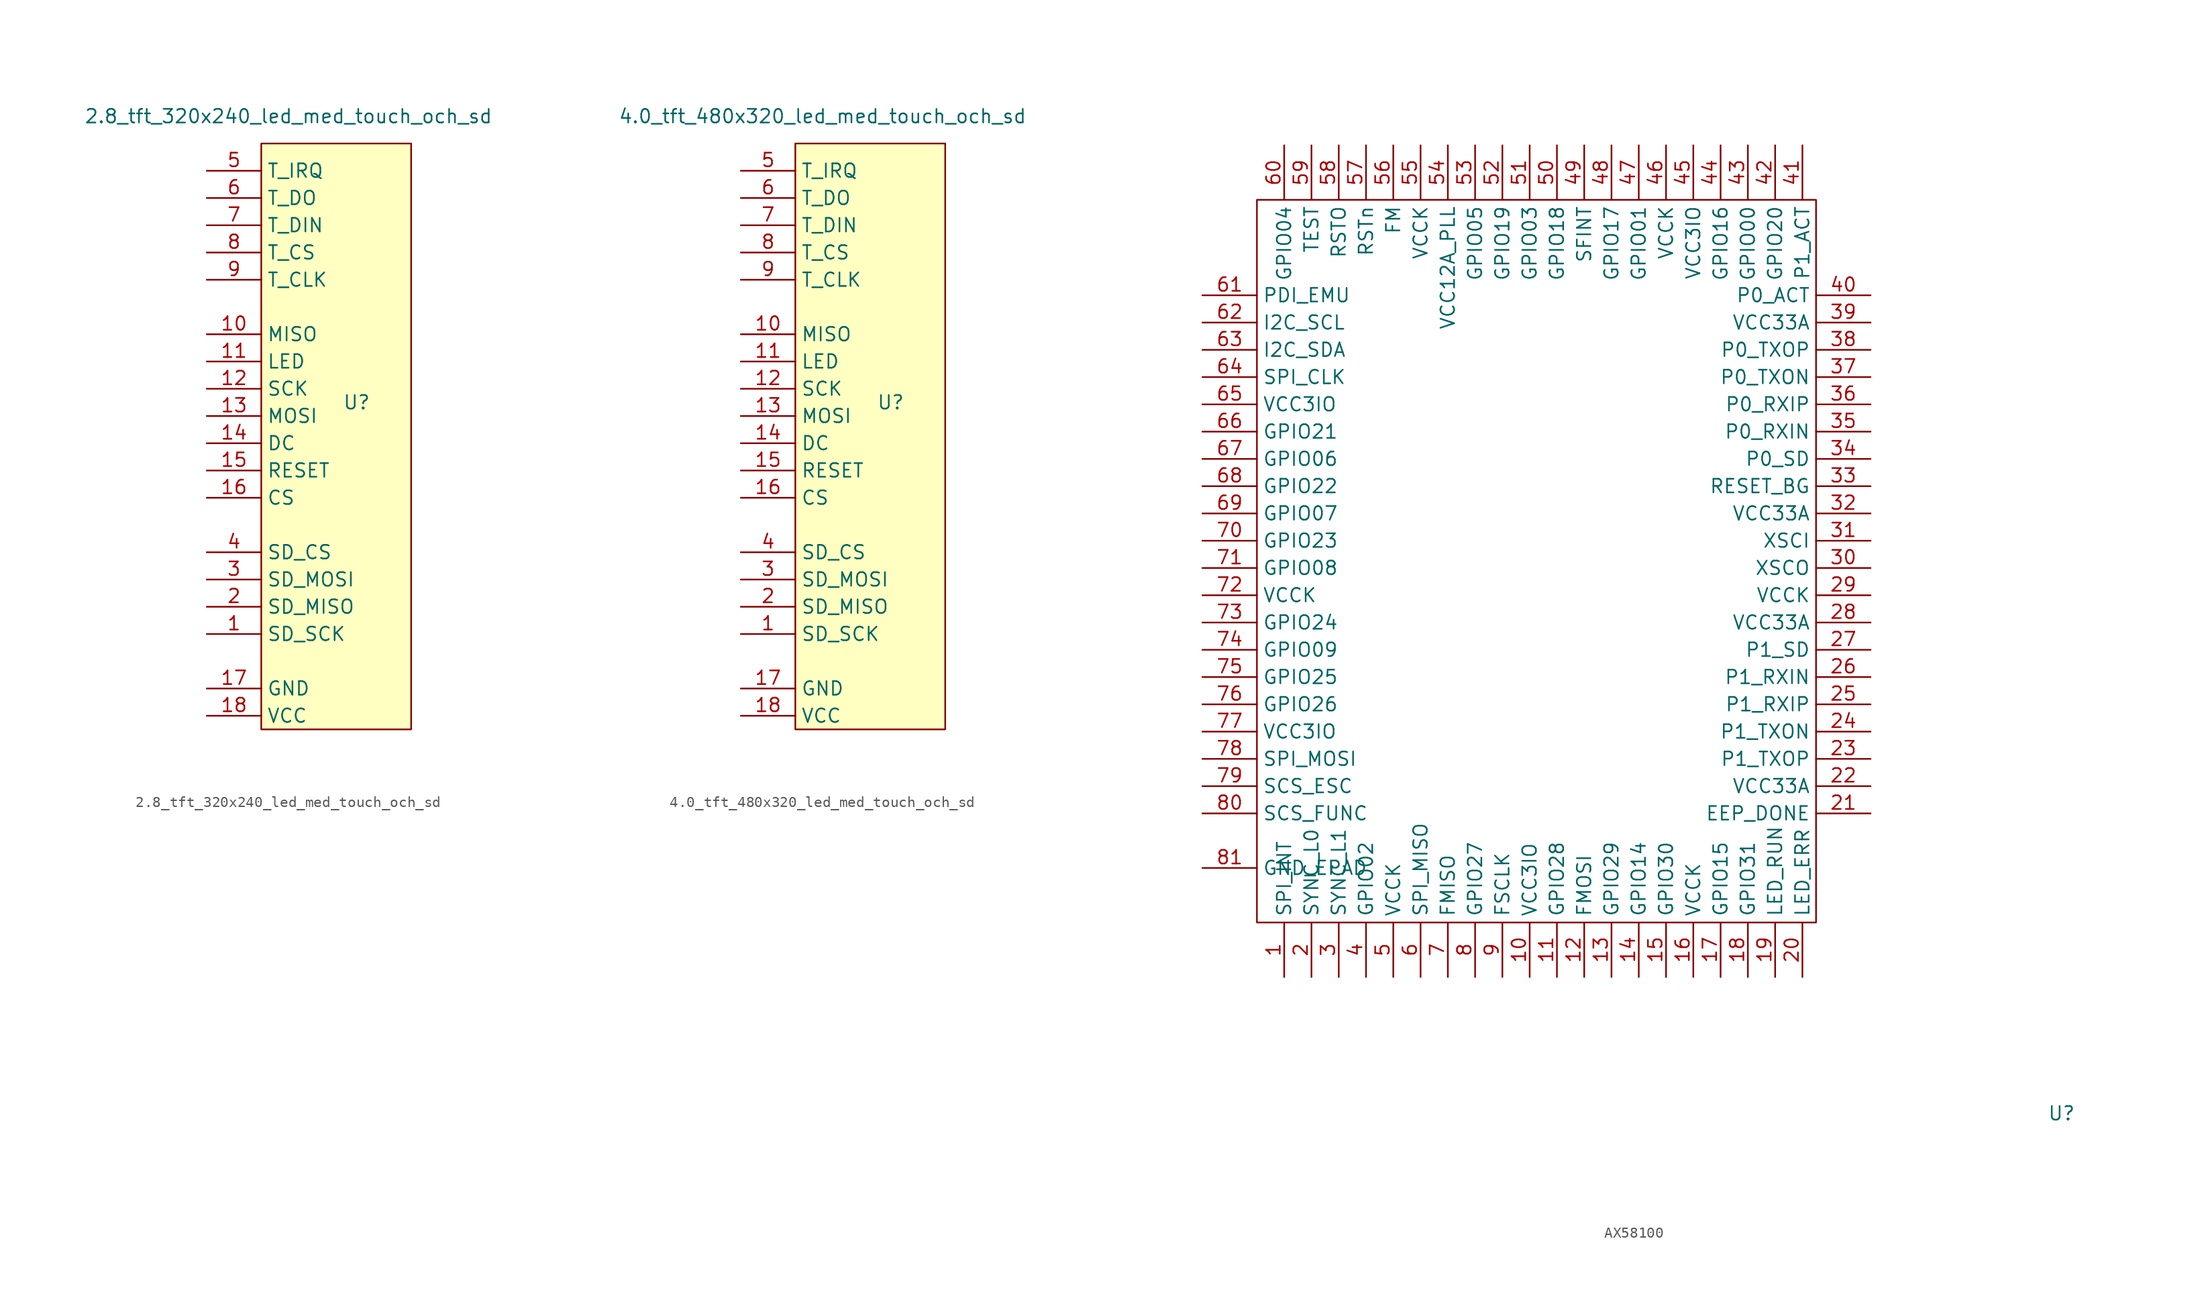
<source format=kicad_sym>
(kicad_symbol_lib
  (version 20231120)
  (generator "kicad_symbol_editor")
  (generator_version "8.0")
  (symbol "2.8_tft_320x240_led_med_touch_och_sd"
    (property "Reference" "U"
      (at 10.16 1.27 0)
      (effects (font (size 1.27 1.27))))
    (property "Value" "2.8_tft_320x240_led_med_touch_och_sd"
      (at 3.81 27.94 0)
      (effects (font (size 1.27 1.27))))
    (symbol "2.8_tft_320x240_led_med_touch_och_sd_0_1"
      (rectangle (start 1.27 25.4) (end 15.24 -29.21) (stroke (width 0) (type default)) (fill (type background))))
    (symbol "2.8_tft_320x240_led_med_touch_och_sd_1_1"
      (pin input line (at -3.81 -20.32 0) (length 5.08) (name "SD_SCK" (effects (font (size 1.27 1.27)))) (number "1" (effects (font (size 1.27 1.27)))))
      (pin input line (at -3.81 7.62 0) (length 5.08) (name "MISO" (effects (font (size 1.27 1.27)))) (number "10" (effects (font (size 1.27 1.27)))))
      (pin input line (at -3.81 5.08 0) (length 5.08) (name "LED" (effects (font (size 1.27 1.27)))) (number "11" (effects (font (size 1.27 1.27)))))
      (pin input line (at -3.81 2.54 0) (length 5.08) (name "SCK" (effects (font (size 1.27 1.27)))) (number "12" (effects (font (size 1.27 1.27)))))
      (pin output line (at -3.81 0 0) (length 5.08) (name "MOSI" (effects (font (size 1.27 1.27)))) (number "13" (effects (font (size 1.27 1.27)))))
      (pin input line (at -3.81 -2.54 0) (length 5.08) (name "DC" (effects (font (size 1.27 1.27)))) (number "14" (effects (font (size 1.27 1.27)))))
      (pin input line (at -3.81 -5.08 0) (length 5.08) (name "RESET" (effects (font (size 1.27 1.27)))) (number "15" (effects (font (size 1.27 1.27)))))
      (pin input line (at -3.81 -7.62 0) (length 5.08) (name "CS" (effects (font (size 1.27 1.27)))) (number "16" (effects (font (size 1.27 1.27)))))
      (pin input line (at -3.81 -25.4 0) (length 5.08) (name "GND" (effects (font (size 1.27 1.27)))) (number "17" (effects (font (size 1.27 1.27)))))
      (pin input line (at -3.81 -27.94 0) (length 5.08) (name "VCC" (effects (font (size 1.27 1.27)))) (number "18" (effects (font (size 1.27 1.27)))))
      (pin output line (at -3.81 -17.78 0) (length 5.08) (name "SD_MISO" (effects (font (size 1.27 1.27)))) (number "2" (effects (font (size 1.27 1.27)))))
      (pin input line (at -3.81 -15.24 0) (length 5.08) (name "SD_MOSI" (effects (font (size 1.27 1.27)))) (number "3" (effects (font (size 1.27 1.27)))))
      (pin input line (at -3.81 -12.7 0) (length 5.08) (name "SD_CS" (effects (font (size 1.27 1.27)))) (number "4" (effects (font (size 1.27 1.27)))))
      (pin input line (at -3.81 22.86 0) (length 5.08) (name "T_IRQ" (effects (font (size 1.27 1.27)))) (number "5" (effects (font (size 1.27 1.27)))))
      (pin output line (at -3.81 20.32 0) (length 5.08) (name "T_DO" (effects (font (size 1.27 1.27)))) (number "6" (effects (font (size 1.27 1.27)))))
      (pin input line (at -3.81 17.78 0) (length 5.08) (name "T_DIN" (effects (font (size 1.27 1.27)))) (number "7" (effects (font (size 1.27 1.27)))))
      (pin input line (at -3.81 15.24 0) (length 5.08) (name "T_CS" (effects (font (size 1.27 1.27)))) (number "8" (effects (font (size 1.27 1.27)))))
      (pin input line (at -3.81 12.7 0) (length 5.08) (name "T_CLK" (effects (font (size 1.27 1.27)))) (number "9" (effects (font (size 1.27 1.27)))))))
  (symbol "4.0_tft_480x320_led_med_touch_och_sd"
    (property "Reference" "U"
      (at 10.16 1.27 0)
      (effects (font (size 1.27 1.27))))
    (property "Value" "4.0_tft_480x320_led_med_touch_och_sd"
      (at 3.81 27.94 0)
      (effects (font (size 1.27 1.27))))
    (symbol "4.0_tft_480x320_led_med_touch_och_sd_0_1"
      (rectangle (start 1.27 25.4) (end 15.24 -29.21) (stroke (width 0) (type default)) (fill (type background))))
    (symbol "4.0_tft_480x320_led_med_touch_och_sd_1_1"
      (pin input line (at -3.81 -20.32 0) (length 5.08) (name "SD_SCK" (effects (font (size 1.27 1.27)))) (number "1" (effects (font (size 1.27 1.27)))))
      (pin input line (at -3.81 7.62 0) (length 5.08) (name "MISO" (effects (font (size 1.27 1.27)))) (number "10" (effects (font (size 1.27 1.27)))))
      (pin input line (at -3.81 5.08 0) (length 5.08) (name "LED" (effects (font (size 1.27 1.27)))) (number "11" (effects (font (size 1.27 1.27)))))
      (pin input line (at -3.81 2.54 0) (length 5.08) (name "SCK" (effects (font (size 1.27 1.27)))) (number "12" (effects (font (size 1.27 1.27)))))
      (pin output line (at -3.81 0 0) (length 5.08) (name "MOSI" (effects (font (size 1.27 1.27)))) (number "13" (effects (font (size 1.27 1.27)))))
      (pin input line (at -3.81 -2.54 0) (length 5.08) (name "DC" (effects (font (size 1.27 1.27)))) (number "14" (effects (font (size 1.27 1.27)))))
      (pin input line (at -3.81 -5.08 0) (length 5.08) (name "RESET" (effects (font (size 1.27 1.27)))) (number "15" (effects (font (size 1.27 1.27)))))
      (pin input line (at -3.81 -7.62 0) (length 5.08) (name "CS" (effects (font (size 1.27 1.27)))) (number "16" (effects (font (size 1.27 1.27)))))
      (pin input line (at -3.81 -25.4 0) (length 5.08) (name "GND" (effects (font (size 1.27 1.27)))) (number "17" (effects (font (size 1.27 1.27)))))
      (pin input line (at -3.81 -27.94 0) (length 5.08) (name "VCC" (effects (font (size 1.27 1.27)))) (number "18" (effects (font (size 1.27 1.27)))))
      (pin output line (at -3.81 -17.78 0) (length 5.08) (name "SD_MISO" (effects (font (size 1.27 1.27)))) (number "2" (effects (font (size 1.27 1.27)))))
      (pin input line (at -3.81 -15.24 0) (length 5.08) (name "SD_MOSI" (effects (font (size 1.27 1.27)))) (number "3" (effects (font (size 1.27 1.27)))))
      (pin input line (at -3.81 -12.7 0) (length 5.08) (name "SD_CS" (effects (font (size 1.27 1.27)))) (number "4" (effects (font (size 1.27 1.27)))))
      (pin input line (at -3.81 22.86 0) (length 5.08) (name "T_IRQ" (effects (font (size 1.27 1.27)))) (number "5" (effects (font (size 1.27 1.27)))))
      (pin output line (at -3.81 20.32 0) (length 5.08) (name "T_DO" (effects (font (size 1.27 1.27)))) (number "6" (effects (font (size 1.27 1.27)))))
      (pin input line (at -3.81 17.78 0) (length 5.08) (name "T_DIN" (effects (font (size 1.27 1.27)))) (number "7" (effects (font (size 1.27 1.27)))))
      (pin input line (at -3.81 15.24 0) (length 5.08) (name "T_CS" (effects (font (size 1.27 1.27)))) (number "8" (effects (font (size 1.27 1.27)))))
      (pin input line (at -3.81 12.7 0) (length 5.08) (name "T_CLK" (effects (font (size 1.27 1.27)))) (number "9" (effects (font (size 1.27 1.27)))))))
  (symbol "AX58100"
    (property "Reference" "U"
      (at 0 0 0)
      (effects (font (size 1.27 1.27))))
    (property "Value" ""
      (at 0 0 0)
      (effects (font (size 1.27 1.27))))
    (symbol "AX58100_0_1"
      (rectangle (start -74.93 85.09) (end -22.86 17.78) (stroke (width 0) (type default)) (fill (type none))))
    (symbol "AX58100_1_0"
      (pin power_in line (at -80.01 22.86 0) (length 5.08) (name "GND_EPAD" (effects (font (size 1.27 1.27)))) (number "81" (effects (font (size 1.27 1.27))))))
    (symbol "AX58100_1_1"
      (pin output line (at -72.39 12.7 90) (length 5.08) (name "SPI_INT" (effects (font (size 1.27 1.27)))) (number "1" (effects (font (size 1.27 1.27)))))
      (pin power_in line (at -49.53 12.7 90) (length 5.08) (name "VCC3IO" (effects (font (size 1.27 1.27)))) (number "10" (effects (font (size 1.27 1.27)))))
      (pin bidirectional line (at -46.99 12.7 90) (length 5.08) (name "GPIO28" (effects (font (size 1.27 1.27)))) (number "11" (effects (font (size 1.27 1.27)))))
      (pin input line (at -44.45 12.7 90) (length 5.08) (name "FMOSI" (effects (font (size 1.27 1.27)))) (number "12" (effects (font (size 1.27 1.27)))))
      (pin bidirectional line (at -41.91 12.7 90) (length 5.08) (name "GPIO29" (effects (font (size 1.27 1.27)))) (number "13" (effects (font (size 1.27 1.27)))))
      (pin bidirectional line (at -39.37 12.7 90) (length 5.08) (name "GPIO14" (effects (font (size 1.27 1.27)))) (number "14" (effects (font (size 1.27 1.27)))))
      (pin bidirectional line (at -36.83 12.7 90) (length 5.08) (name "GPIO30" (effects (font (size 1.27 1.27)))) (number "15" (effects (font (size 1.27 1.27)))))
      (pin power_in line (at -34.29 12.7 90) (length 5.08) (name "VCCK" (effects (font (size 1.27 1.27)))) (number "16" (effects (font (size 1.27 1.27)))))
      (pin bidirectional line (at -31.75 12.7 90) (length 5.08) (name "GPIO15" (effects (font (size 1.27 1.27)))) (number "17" (effects (font (size 1.27 1.27)))))
      (pin bidirectional line (at -29.21 12.7 90) (length 5.08) (name "GPIO31" (effects (font (size 1.27 1.27)))) (number "18" (effects (font (size 1.27 1.27)))))
      (pin bidirectional line (at -26.67 12.7 90) (length 5.08) (name "LED_RUN" (effects (font (size 1.27 1.27)))) (number "19" (effects (font (size 1.27 1.27)))))
      (pin bidirectional line (at -69.85 12.7 90) (length 5.08) (name "SYNC_L0" (effects (font (size 1.27 1.27)))) (number "2" (effects (font (size 1.27 1.27)))))
      (pin bidirectional line (at -24.13 12.7 90) (length 5.08) (name "LED_ERR" (effects (font (size 1.27 1.27)))) (number "20" (effects (font (size 1.27 1.27)))))
      (pin output line (at -17.78 27.94 180) (length 5.08) (name "EEP_DONE" (effects (font (size 1.27 1.27)))) (number "21" (effects (font (size 1.27 1.27)))))
      (pin power_in line (at -17.78 30.48 180) (length 5.08) (name "VCC33A" (effects (font (size 1.27 1.27)))) (number "22" (effects (font (size 1.27 1.27)))))
      (pin bidirectional line (at -17.78 33.02 180) (length 5.08) (name "P1_TXOP" (effects (font (size 1.27 1.27)))) (number "23" (effects (font (size 1.27 1.27)))))
      (pin bidirectional line (at -17.78 35.56 180) (length 5.08) (name "P1_TXON" (effects (font (size 1.27 1.27)))) (number "24" (effects (font (size 1.27 1.27)))))
      (pin bidirectional line (at -17.78 38.1 180) (length 5.08) (name "P1_RXIP" (effects (font (size 1.27 1.27)))) (number "25" (effects (font (size 1.27 1.27)))))
      (pin bidirectional line (at -17.78 40.64 180) (length 5.08) (name "P1_RXIN" (effects (font (size 1.27 1.27)))) (number "26" (effects (font (size 1.27 1.27)))))
      (pin bidirectional line (at -17.78 43.18 180) (length 5.08) (name "P1_SD" (effects (font (size 1.27 1.27)))) (number "27" (effects (font (size 1.27 1.27)))))
      (pin power_in line (at -17.78 45.72 180) (length 5.08) (name "VCC33A" (effects (font (size 1.27 1.27)))) (number "28" (effects (font (size 1.27 1.27)))))
      (pin power_in line (at -17.78 48.26 180) (length 5.08) (name "VCCK" (effects (font (size 1.27 1.27)))) (number "29" (effects (font (size 1.27 1.27)))))
      (pin bidirectional line (at -67.31 12.7 90) (length 5.08) (name "SYNC_L1" (effects (font (size 1.27 1.27)))) (number "3" (effects (font (size 1.27 1.27)))))
      (pin bidirectional line (at -17.78 50.8 180) (length 5.08) (name "XSCO" (effects (font (size 1.27 1.27)))) (number "30" (effects (font (size 1.27 1.27)))))
      (pin input line (at -17.78 53.34 180) (length 5.08) (name "XSCI" (effects (font (size 1.27 1.27)))) (number "31" (effects (font (size 1.27 1.27)))))
      (pin power_in line (at -17.78 55.88 180) (length 5.08) (name "VCC33A" (effects (font (size 1.27 1.27)))) (number "32" (effects (font (size 1.27 1.27)))))
      (pin output line (at -17.78 58.42 180) (length 5.08) (name "RESET_BG" (effects (font (size 1.27 1.27)))) (number "33" (effects (font (size 1.27 1.27)))))
      (pin bidirectional line (at -17.78 60.96 180) (length 5.08) (name "P0_SD" (effects (font (size 1.27 1.27)))) (number "34" (effects (font (size 1.27 1.27)))))
      (pin bidirectional line (at -17.78 63.5 180) (length 5.08) (name "P0_RXIN" (effects (font (size 1.27 1.27)))) (number "35" (effects (font (size 1.27 1.27)))))
      (pin bidirectional line (at -17.78 66.04 180) (length 5.08) (name "P0_RXIP" (effects (font (size 1.27 1.27)))) (number "36" (effects (font (size 1.27 1.27)))))
      (pin bidirectional line (at -17.78 68.58 180) (length 5.08) (name "P0_TXON" (effects (font (size 1.27 1.27)))) (number "37" (effects (font (size 1.27 1.27)))))
      (pin bidirectional line (at -17.78 71.12 180) (length 5.08) (name "P0_TXOP" (effects (font (size 1.27 1.27)))) (number "38" (effects (font (size 1.27 1.27)))))
      (pin power_in line (at -17.78 73.66 180) (length 5.08) (name "VCC33A" (effects (font (size 1.27 1.27)))) (number "39" (effects (font (size 1.27 1.27)))))
      (pin bidirectional line (at -64.77 12.7 90) (length 5.08) (name "GPIO02" (effects (font (size 1.27 1.27)))) (number "4" (effects (font (size 1.27 1.27)))))
      (pin bidirectional line (at -17.78 76.2 180) (length 5.08) (name "P0_ACT" (effects (font (size 1.27 1.27)))) (number "40" (effects (font (size 1.27 1.27)))))
      (pin input line (at -24.13 90.17 270) (length 5.08) (name "P1_ACT" (effects (font (size 1.27 1.27)))) (number "41" (effects (font (size 1.27 1.27)))))
      (pin bidirectional line (at -26.67 90.17 270) (length 5.08) (name "GPIO20" (effects (font (size 1.27 1.27)))) (number "42" (effects (font (size 1.27 1.27)))))
      (pin bidirectional line (at -29.21 90.17 270) (length 5.08) (name "GPIO00" (effects (font (size 1.27 1.27)))) (number "43" (effects (font (size 1.27 1.27)))))
      (pin bidirectional line (at -31.75 90.17 270) (length 5.08) (name "GPIO16" (effects (font (size 1.27 1.27)))) (number "44" (effects (font (size 1.27 1.27)))))
      (pin power_in line (at -34.29 90.17 270) (length 5.08) (name "VCC3IO" (effects (font (size 1.27 1.27)))) (number "45" (effects (font (size 1.27 1.27)))))
      (pin power_in line (at -36.83 90.17 270) (length 5.08) (name "VCCK" (effects (font (size 1.27 1.27)))) (number "46" (effects (font (size 1.27 1.27)))))
      (pin bidirectional line (at -39.37 90.17 270) (length 5.08) (name "GPIO01" (effects (font (size 1.27 1.27)))) (number "47" (effects (font (size 1.27 1.27)))))
      (pin bidirectional line (at -41.91 90.17 270) (length 5.08) (name "GPIO17" (effects (font (size 1.27 1.27)))) (number "48" (effects (font (size 1.27 1.27)))))
      (pin output line (at -44.45 90.17 270) (length 5.08) (name "SFINT" (effects (font (size 1.27 1.27)))) (number "49" (effects (font (size 1.27 1.27)))))
      (pin power_in line (at -62.23 12.7 90) (length 5.08) (name "VCCK" (effects (font (size 1.27 1.27)))) (number "5" (effects (font (size 1.27 1.27)))))
      (pin bidirectional line (at -46.99 90.17 270) (length 5.08) (name "GPIO18" (effects (font (size 1.27 1.27)))) (number "50" (effects (font (size 1.27 1.27)))))
      (pin passive line (at -49.53 90.17 270) (length 5.08) (name "GPIO03" (effects (font (size 1.27 1.27)))) (number "51" (effects (font (size 1.27 1.27)))))
      (pin bidirectional line (at -52.07 90.17 270) (length 5.08) (name "GPIO19" (effects (font (size 1.27 1.27)))) (number "52" (effects (font (size 1.27 1.27)))))
      (pin bidirectional line (at -54.61 90.17 270) (length 5.08) (name "GPIO05" (effects (font (size 1.27 1.27)))) (number "53" (effects (font (size 1.27 1.27)))))
      (pin power_in line (at -57.15 90.17 270) (length 5.08) (name "VCC12A_PLL" (effects (font (size 1.27 1.27)))) (number "54" (effects (font (size 1.27 1.27)))))
      (pin power_in line (at -59.69 90.17 270) (length 5.08) (name "VCCK" (effects (font (size 1.27 1.27)))) (number "55" (effects (font (size 1.27 1.27)))))
      (pin input line (at -62.23 90.17 270) (length 5.08) (name "FM" (effects (font (size 1.27 1.27)))) (number "56" (effects (font (size 1.27 1.27)))))
      (pin input line (at -64.77 90.17 270) (length 5.08) (name "RSTn" (effects (font (size 1.27 1.27)))) (number "57" (effects (font (size 1.27 1.27)))))
      (pin output line (at -67.31 90.17 270) (length 5.08) (name "RSTO" (effects (font (size 1.27 1.27)))) (number "58" (effects (font (size 1.27 1.27)))))
      (pin input line (at -69.85 90.17 270) (length 5.08) (name "TEST" (effects (font (size 1.27 1.27)))) (number "59" (effects (font (size 1.27 1.27)))))
      (pin output line (at -59.69 12.7 90) (length 5.08) (name "SPI_MISO" (effects (font (size 1.27 1.27)))) (number "6" (effects (font (size 1.27 1.27)))))
      (pin bidirectional line (at -72.39 90.17 270) (length 5.08) (name "GPIO04" (effects (font (size 1.27 1.27)))) (number "60" (effects (font (size 1.27 1.27)))))
      (pin input line (at -80.01 76.2 0) (length 5.08) (name "PDI_EMU" (effects (font (size 1.27 1.27)))) (number "61" (effects (font (size 1.27 1.27)))))
      (pin output line (at -80.01 73.66 0) (length 5.08) (name "I2C_SCL" (effects (font (size 1.27 1.27)))) (number "62" (effects (font (size 1.27 1.27)))))
      (pin bidirectional line (at -80.01 71.12 0) (length 5.08) (name "I2C_SDA" (effects (font (size 1.27 1.27)))) (number "63" (effects (font (size 1.27 1.27)))))
      (pin input line (at -80.01 68.58 0) (length 5.08) (name "SPI_CLK" (effects (font (size 1.27 1.27)))) (number "64" (effects (font (size 1.27 1.27)))))
      (pin power_in line (at -80.01 66.04 0) (length 5.08) (name "VCC3IO" (effects (font (size 1.27 1.27)))) (number "65" (effects (font (size 1.27 1.27)))))
      (pin bidirectional line (at -80.01 63.5 0) (length 5.08) (name "GPIO21" (effects (font (size 1.27 1.27)))) (number "66" (effects (font (size 1.27 1.27)))))
      (pin bidirectional line (at -80.01 60.96 0) (length 5.08) (name "GPIO06" (effects (font (size 1.27 1.27)))) (number "67" (effects (font (size 1.27 1.27)))))
      (pin bidirectional line (at -80.01 58.42 0) (length 5.08) (name "GPIO22" (effects (font (size 1.27 1.27)))) (number "68" (effects (font (size 1.27 1.27)))))
      (pin bidirectional line (at -80.01 55.88 0) (length 5.08) (name "GPIO07" (effects (font (size 1.27 1.27)))) (number "69" (effects (font (size 1.27 1.27)))))
      (pin output line (at -57.15 12.7 90) (length 5.08) (name "FMISO" (effects (font (size 1.27 1.27)))) (number "7" (effects (font (size 1.27 1.27)))))
      (pin bidirectional line (at -80.01 53.34 0) (length 5.08) (name "GPIO23" (effects (font (size 1.27 1.27)))) (number "70" (effects (font (size 1.27 1.27)))))
      (pin bidirectional line (at -80.01 50.8 0) (length 5.08) (name "GPIO08" (effects (font (size 1.27 1.27)))) (number "71" (effects (font (size 1.27 1.27)))))
      (pin power_in line (at -80.01 48.26 0) (length 5.08) (name "VCCK" (effects (font (size 1.27 1.27)))) (number "72" (effects (font (size 1.27 1.27)))))
      (pin bidirectional line (at -80.01 45.72 0) (length 5.08) (name "GPIO24" (effects (font (size 1.27 1.27)))) (number "73" (effects (font (size 1.27 1.27)))))
      (pin bidirectional line (at -80.01 43.18 0) (length 5.08) (name "GPIO09" (effects (font (size 1.27 1.27)))) (number "74" (effects (font (size 1.27 1.27)))))
      (pin bidirectional line (at -80.01 40.64 0) (length 5.08) (name "GPIO25" (effects (font (size 1.27 1.27)))) (number "75" (effects (font (size 1.27 1.27)))))
      (pin bidirectional line (at -80.01 38.1 0) (length 5.08) (name "GPIO26" (effects (font (size 1.27 1.27)))) (number "76" (effects (font (size 1.27 1.27)))))
      (pin power_in line (at -80.01 35.56 0) (length 5.08) (name "VCC3IO" (effects (font (size 1.27 1.27)))) (number "77" (effects (font (size 1.27 1.27)))))
      (pin input line (at -80.01 33.02 0) (length 5.08) (name "SPI_MOSI" (effects (font (size 1.27 1.27)))) (number "78" (effects (font (size 1.27 1.27)))))
      (pin input line (at -80.01 30.48 0) (length 5.08) (name "SCS_ESC" (effects (font (size 1.27 1.27)))) (number "79" (effects (font (size 1.27 1.27)))))
      (pin bidirectional line (at -54.61 12.7 90) (length 5.08) (name "GPIO27" (effects (font (size 1.27 1.27)))) (number "8" (effects (font (size 1.27 1.27)))))
      (pin input line (at -80.01 27.94 0) (length 5.08) (name "SCS_FUNC" (effects (font (size 1.27 1.27)))) (number "80" (effects (font (size 1.27 1.27)))))
      (pin input line (at -52.07 12.7 90) (length 5.08) (name "FSCLK" (effects (font (size 1.27 1.27)))) (number "9" (effects (font (size 1.27 1.27))))))))
</source>
